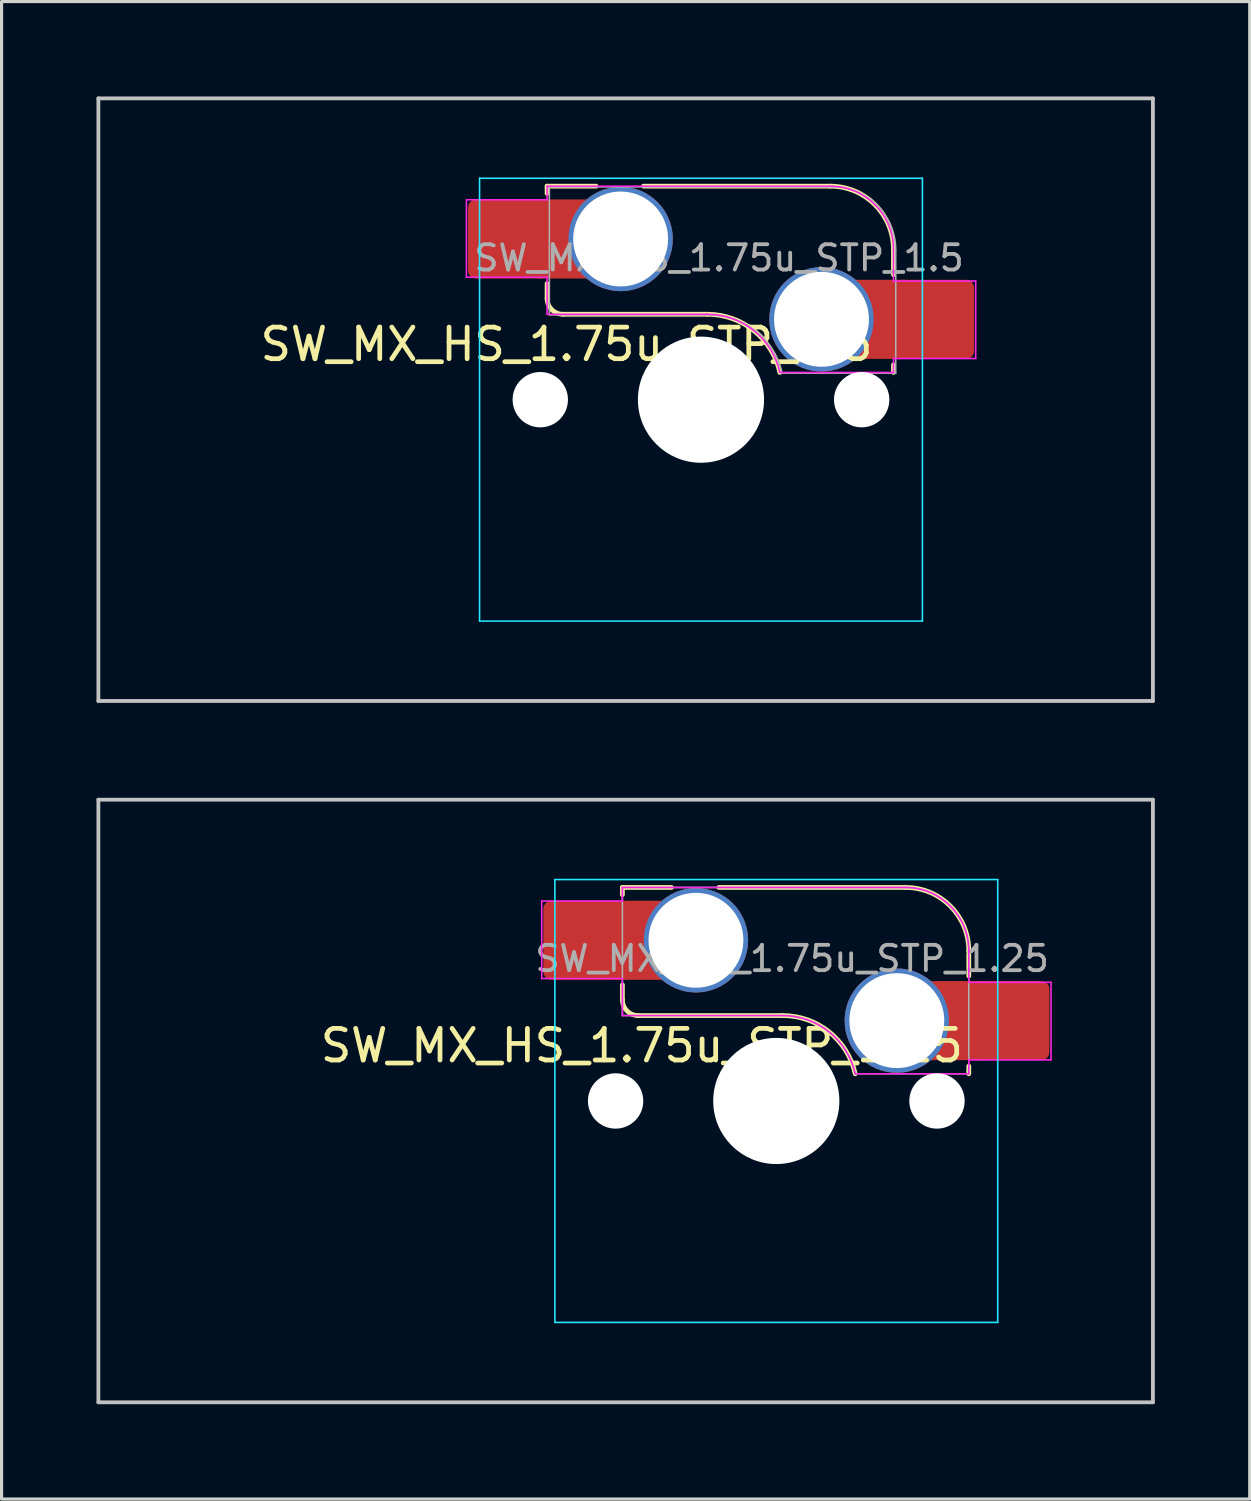
<source format=kicad_pcb>
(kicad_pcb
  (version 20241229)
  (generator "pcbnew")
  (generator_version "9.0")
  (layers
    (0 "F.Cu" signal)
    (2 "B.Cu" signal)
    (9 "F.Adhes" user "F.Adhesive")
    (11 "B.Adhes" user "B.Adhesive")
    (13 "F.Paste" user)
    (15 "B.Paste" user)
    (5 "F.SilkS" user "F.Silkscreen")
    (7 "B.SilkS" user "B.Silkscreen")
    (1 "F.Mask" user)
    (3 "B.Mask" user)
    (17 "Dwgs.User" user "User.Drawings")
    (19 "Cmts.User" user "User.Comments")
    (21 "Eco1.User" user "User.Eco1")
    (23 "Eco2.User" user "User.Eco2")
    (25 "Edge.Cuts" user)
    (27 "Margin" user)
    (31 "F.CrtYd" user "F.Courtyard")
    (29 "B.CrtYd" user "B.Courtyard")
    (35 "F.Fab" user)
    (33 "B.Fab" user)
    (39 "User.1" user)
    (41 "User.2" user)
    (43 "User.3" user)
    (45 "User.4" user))
  (footprint "SW_MX_HS_1.75u_STP_1.25"
    (layer "F.Cu")
    (at 21.491 31.755)
    (property "Reference" "SW_MX_HS_1.75u_STP_1.25" (at -4.25 -1.75 0) (layer "F.SilkS") (effects (font (size 1 1) (thickness 0.15))))
    (attr smd)
    (fp_line (start -4.865 -6.75) (end -4.865 -6.52) (stroke (width 0.15) (type solid)) (layer "F.SilkS"))
    (fp_line (start -4.865 -3.67) (end -4.865 -3.2) (stroke (width 0.15) (type solid)) (layer "F.SilkS"))
    (fp_line (start -4.365 -2.7) (end 0.2 -2.7) (stroke (width 0.15) (type solid)) (layer "F.SilkS"))
    (fp_line (start -3.315 -6.75) (end -4.865 -6.75) (stroke (width 0.15) (type solid)) (layer "F.SilkS"))
    (fp_line (start 4.085 -6.75) (end -1.815 -6.75) (stroke (width 0.15) (type solid)) (layer "F.SilkS"))
    (fp_line (start 6.085 -3.95) (end 6.085 -4.75) (stroke (width 0.15) (type solid)) (layer "F.SilkS"))
    (fp_line (start 6.085 -1.1) (end 6.085 -0.86) (stroke (width 0.15) (type solid)) (layer "F.SilkS"))
    (fp_arc (start -4.364824 -2.70022) (mid -4.718377 -2.846667) (end -4.864824 -3.20022) (stroke (width 0.15) (type solid)) (layer "F.SilkS"))
    (fp_arc (start 0.2 -2.70022) (mid 1.670693 -2.183637) (end 2.494322 -0.86022) (stroke (width 0.15) (type solid)) (layer "F.SilkS"))
    (fp_arc (start 4.085176 -6.75022) (mid 5.49939 -6.164434) (end 6.085176 -4.75022) (stroke (width 0.15) (type solid)) (layer "F.SilkS"))
    (fp_line (start -21.431 -9.525) (end 11.906 -9.525) (stroke (width 0.12) (type solid)) (layer "Dwgs.User"))
    (fp_line (start -21.431 9.525) (end -21.431 -9.525) (stroke (width 0.12) (type solid)) (layer "Dwgs.User"))
    (fp_line (start 11.906 -9.525) (end 11.906 9.525) (stroke (width 0.12) (type solid)) (layer "Dwgs.User"))
    (fp_line (start 11.906 9.525) (end -21.431 9.525) (stroke (width 0.12) (type solid)) (layer "Dwgs.User"))
    (fp_line (start -7 -6.5) (end -7 6.5) (stroke (width 0.05) (type solid)) (layer "Eco2.User"))
    (fp_line (start -6.5 7) (end 6.5 7) (stroke (width 0.05) (type solid)) (layer "Eco2.User"))
    (fp_line (start 6.5 -7) (end -6.5 -7) (stroke (width 0.05) (type solid)) (layer "Eco2.User"))
    (fp_line (start 7 6.5) (end 7 -6.5) (stroke (width 0.05) (type solid)) (layer "Eco2.User"))
    (fp_arc (start -7 -6.5) (mid -6.853553 -6.853553) (end -6.5 -7) (stroke (width 0.05) (type solid)) (layer "Eco2.User"))
    (fp_arc (start -6.497236 6.998884) (mid -6.850789 6.852437) (end -6.997236 6.498884) (stroke (width 0.05) (type solid)) (layer "Eco2.User"))
    (fp_arc (start 6.5 -7) (mid 6.853553 -6.853553) (end 7 -6.5) (stroke (width 0.05) (type solid)) (layer "Eco2.User"))
    (fp_arc (start 7 6.5) (mid 6.853553 6.853553) (end 6.5 7) (stroke (width 0.05) (type solid)) (layer "Eco2.User"))
    (fp_line (start -7 -7) (end 7 -7) (stroke (width 0.05) (type solid)) (layer "B.CrtYd"))
    (fp_line (start -7 7) (end -7 -7) (stroke (width 0.05) (type solid)) (layer "B.CrtYd"))
    (fp_line (start 7 -7) (end 7 7) (stroke (width 0.05) (type solid)) (layer "B.CrtYd"))
    (fp_line (start 7 7) (end -7 7) (stroke (width 0.05) (type solid)) (layer "B.CrtYd"))
    (fp_line (start -7.415 -6.32) (end -4.865 -6.32) (stroke (width 0.05) (type solid)) (layer "F.CrtYd"))
    (fp_line (start -7.415 -3.87) (end -7.415 -6.32) (stroke (width 0.05) (type solid)) (layer "F.CrtYd"))
    (fp_line (start -4.865 -6.75) (end -4.865 -6.32) (stroke (width 0.05) (type solid)) (layer "F.CrtYd"))
    (fp_line (start -4.865 -3.87) (end -7.415 -3.87) (stroke (width 0.05) (type solid)) (layer "F.CrtYd"))
    (fp_line (start -4.865 -3.87) (end -4.865 -2.7) (stroke (width 0.05) (type solid)) (layer "F.CrtYd"))
    (fp_line (start -4.865 -2.7) (end 0.2 -2.7) (stroke (width 0.05) (type solid)) (layer "F.CrtYd"))
    (fp_line (start 4.085 -6.75) (end -4.865 -6.75) (stroke (width 0.05) (type solid)) (layer "F.CrtYd"))
    (fp_line (start 6.085 -3.75) (end 6.085 -4.75) (stroke (width 0.05) (type solid)) (layer "F.CrtYd"))
    (fp_line (start 6.085 -3.75) (end 8.685 -3.75) (stroke (width 0.05) (type solid)) (layer "F.CrtYd"))
    (fp_line (start 6.085 -1.3) (end 6.085 -0.86) (stroke (width 0.05) (type solid)) (layer "F.CrtYd"))
    (fp_line (start 6.085 -0.86) (end 2.494 -0.86) (stroke (width 0.05) (type solid)) (layer "F.CrtYd"))
    (fp_line (start 8.685 -3.75) (end 8.685 -1.3) (stroke (width 0.05) (type solid)) (layer "F.CrtYd"))
    (fp_line (start 8.685 -1.3) (end 6.085 -1.3) (stroke (width 0.05) (type solid)) (layer "F.CrtYd"))
    (fp_arc (start 0.2 -2.70022) (mid 1.670503 -2.183399) (end 2.494322 -0.86022) (stroke (width 0.05) (type solid)) (layer "F.CrtYd"))
    (fp_arc (start 4.085176 -6.75022) (mid 5.49939 -6.164434) (end 6.085176 -4.75022) (stroke (width 0.05) (type solid)) (layer "F.CrtYd"))
    (fp_line (start -4.865 -6.75) (end -4.865 -2.7) (stroke (width 0.05) (type solid)) (layer "F.Fab"))
    (fp_line (start -4.865 -2.7) (end 0.2 -2.7) (stroke (width 0.05) (type solid)) (layer "F.Fab"))
    (fp_line (start 4.085 -6.75) (end -4.865 -6.75) (stroke (width 0.05) (type solid)) (layer "F.Fab"))
    (fp_line (start 6.085 -0.86) (end 2.494 -0.86) (stroke (width 0.05) (type solid)) (layer "F.Fab"))
    (fp_line (start 6.085 -0.86) (end 6.085 -4.75) (stroke (width 0.05) (type solid)) (layer "F.Fab"))
    (fp_arc (start 0.2 -2.70022) (mid 1.670503 -2.183399) (end 2.494322 -0.86022) (stroke (width 0.05) (type solid)) (layer "F.Fab"))
    (fp_arc (start 4.085176 -6.75022) (mid 5.49939 -6.164434) (end 6.085176 -4.75022) (stroke (width 0.05) (type solid)) (layer "F.Fab"))
    (fp_text user "${REFERENCE}" (at 0.5 -4.5 0) (layer "F.Fab") (effects (font (size 0.8 0.8) (thickness 0.12))))
    (pad "" np_thru_hole circle (at -5.08 0) (size 1.75 1.75) (drill 1.75) (layers "*.Cu" "*.Mask"))
    (pad "" np_thru_hole circle (at 0 0) (size 3.988 3.988) (drill 3.988) (layers "*.Cu" "*.Mask"))
    (pad "" np_thru_hole circle (at 5.08 0) (size 1.75 1.75) (drill 1.75) (layers "*.Cu" "*.Mask"))
    (pad "1" thru_hole circle (at 3.81 -2.54) (size 3.3 3.3) (drill 3) (layers "*.Cu" "*.Mask"))
    (pad "1" smd rect (at 5.635 -2.54 180) (size 1.65 2.5) (layers "F.Cu"))
    (pad "1" smd roundrect (at 7.36 -2.54) (size 2.55 2.5) (layers "F.Cu" "F.Mask" "F.Paste") (roundrect_rratio 0.1))
    (pad "2" smd roundrect (at -6.09 -5.08) (size 2.55 2.5) (layers "F.Cu" "F.Mask" "F.Paste") (roundrect_rratio 0.1))
    (pad "2" smd rect (at -4.34 -5.08) (size 1.65 2.5) (layers "F.Cu"))
    (pad "2" thru_hole circle (at -2.54 -5.08) (size 3.3 3.3) (drill 3) (layers "*.Cu" "*.Mask")))
  (footprint "SW_MX_HS_1.75u_STP_1.5"
    (layer "F.Cu")
    (at 19.11 9.585)
    (property "Reference" "SW_MX_HS_1.75u_STP_1.5" (at -4.25 -1.75 0) (layer "F.SilkS") (effects (font (size 1 1) (thickness 0.15))))
    (attr smd)
    (fp_line (start -4.865 -6.75) (end -4.865 -6.52) (stroke (width 0.15) (type solid)) (layer "F.SilkS"))
    (fp_line (start -4.865 -3.67) (end -4.865 -3.2) (stroke (width 0.15) (type solid)) (layer "F.SilkS"))
    (fp_line (start -4.365 -2.7) (end 0.2 -2.7) (stroke (width 0.15) (type solid)) (layer "F.SilkS"))
    (fp_line (start -3.315 -6.75) (end -4.865 -6.75) (stroke (width 0.15) (type solid)) (layer "F.SilkS"))
    (fp_line (start 4.085 -6.75) (end -1.815 -6.75) (stroke (width 0.15) (type solid)) (layer "F.SilkS"))
    (fp_line (start 6.085 -3.95) (end 6.085 -4.75) (stroke (width 0.15) (type solid)) (layer "F.SilkS"))
    (fp_line (start 6.085 -1.1) (end 6.085 -0.86) (stroke (width 0.15) (type solid)) (layer "F.SilkS"))
    (fp_arc (start -4.364824 -2.70022) (mid -4.718377 -2.846667) (end -4.864824 -3.20022) (stroke (width 0.15) (type solid)) (layer "F.SilkS"))
    (fp_arc (start 0.2 -2.70022) (mid 1.670693 -2.183637) (end 2.494322 -0.86022) (stroke (width 0.15) (type solid)) (layer "F.SilkS"))
    (fp_arc (start 4.085176 -6.75022) (mid 5.49939 -6.164434) (end 6.085176 -4.75022) (stroke (width 0.15) (type solid)) (layer "F.SilkS"))
    (fp_line (start -19.05 -9.525) (end 14.287 -9.525) (stroke (width 0.12) (type solid)) (layer "Dwgs.User"))
    (fp_line (start -19.05 9.525) (end -19.05 -9.525) (stroke (width 0.12) (type solid)) (layer "Dwgs.User"))
    (fp_line (start 14.287 -9.525) (end 14.287 9.525) (stroke (width 0.12) (type solid)) (layer "Dwgs.User"))
    (fp_line (start 14.287 9.525) (end -19.05 9.525) (stroke (width 0.12) (type solid)) (layer "Dwgs.User"))
    (fp_line (start -7 -6.5) (end -7 6.5) (stroke (width 0.05) (type solid)) (layer "Eco2.User"))
    (fp_line (start -6.5 7) (end 6.5 7) (stroke (width 0.05) (type solid)) (layer "Eco2.User"))
    (fp_line (start 6.5 -7) (end -6.5 -7) (stroke (width 0.05) (type solid)) (layer "Eco2.User"))
    (fp_line (start 7 6.5) (end 7 -6.5) (stroke (width 0.05) (type solid)) (layer "Eco2.User"))
    (fp_arc (start -7 -6.5) (mid -6.853553 -6.853553) (end -6.5 -7) (stroke (width 0.05) (type solid)) (layer "Eco2.User"))
    (fp_arc (start -6.497236 6.998884) (mid -6.850789 6.852437) (end -6.997236 6.498884) (stroke (width 0.05) (type solid)) (layer "Eco2.User"))
    (fp_arc (start 6.5 -7) (mid 6.853553 -6.853553) (end 7 -6.5) (stroke (width 0.05) (type solid)) (layer "Eco2.User"))
    (fp_arc (start 7 6.5) (mid 6.853553 6.853553) (end 6.5 7) (stroke (width 0.05) (type solid)) (layer "Eco2.User"))
    (fp_line (start -7 -7) (end 7 -7) (stroke (width 0.05) (type solid)) (layer "B.CrtYd"))
    (fp_line (start -7 7) (end -7 -7) (stroke (width 0.05) (type solid)) (layer "B.CrtYd"))
    (fp_line (start 7 -7) (end 7 7) (stroke (width 0.05) (type solid)) (layer "B.CrtYd"))
    (fp_line (start 7 7) (end -7 7) (stroke (width 0.05) (type solid)) (layer "B.CrtYd"))
    (fp_line (start -7.415 -6.32) (end -4.865 -6.32) (stroke (width 0.05) (type solid)) (layer "F.CrtYd"))
    (fp_line (start -7.415 -3.87) (end -7.415 -6.32) (stroke (width 0.05) (type solid)) (layer "F.CrtYd"))
    (fp_line (start -4.865 -6.75) (end -4.865 -6.32) (stroke (width 0.05) (type solid)) (layer "F.CrtYd"))
    (fp_line (start -4.865 -3.87) (end -7.415 -3.87) (stroke (width 0.05) (type solid)) (layer "F.CrtYd"))
    (fp_line (start -4.865 -3.87) (end -4.865 -2.7) (stroke (width 0.05) (type solid)) (layer "F.CrtYd"))
    (fp_line (start -4.865 -2.7) (end 0.2 -2.7) (stroke (width 0.05) (type solid)) (layer "F.CrtYd"))
    (fp_line (start 4.085 -6.75) (end -4.865 -6.75) (stroke (width 0.05) (type solid)) (layer "F.CrtYd"))
    (fp_line (start 6.085 -3.75) (end 6.085 -4.75) (stroke (width 0.05) (type solid)) (layer "F.CrtYd"))
    (fp_line (start 6.085 -3.75) (end 8.685 -3.75) (stroke (width 0.05) (type solid)) (layer "F.CrtYd"))
    (fp_line (start 6.085 -1.3) (end 6.085 -0.86) (stroke (width 0.05) (type solid)) (layer "F.CrtYd"))
    (fp_line (start 6.085 -0.86) (end 2.494 -0.86) (stroke (width 0.05) (type solid)) (layer "F.CrtYd"))
    (fp_line (start 8.685 -3.75) (end 8.685 -1.3) (stroke (width 0.05) (type solid)) (layer "F.CrtYd"))
    (fp_line (start 8.685 -1.3) (end 6.085 -1.3) (stroke (width 0.05) (type solid)) (layer "F.CrtYd"))
    (fp_arc (start 0.2 -2.70022) (mid 1.670503 -2.183399) (end 2.494322 -0.86022) (stroke (width 0.05) (type solid)) (layer "F.CrtYd"))
    (fp_arc (start 4.085176 -6.75022) (mid 5.49939 -6.164434) (end 6.085176 -4.75022) (stroke (width 0.05) (type solid)) (layer "F.CrtYd"))
    (fp_line (start -4.793 -6.728) (end -4.793 -2.678) (stroke (width 0.05) (type solid)) (layer "F.Fab"))
    (fp_line (start -4.793 -2.678) (end 0.272 -2.678) (stroke (width 0.05) (type solid)) (layer "F.Fab"))
    (fp_line (start 4.157 -6.728) (end -4.793 -6.728) (stroke (width 0.05) (type solid)) (layer "F.Fab"))
    (fp_line (start 6.157 -0.838) (end 2.566 -0.838) (stroke (width 0.05) (type solid)) (layer "F.Fab"))
    (fp_line (start 6.157 -0.838) (end 6.157 -4.728) (stroke (width 0.05) (type solid)) (layer "F.Fab"))
    (fp_arc (start 0.271609 -2.67832) (mid 1.742111 -2.161499) (end 2.565931 -0.83832) (stroke (width 0.05) (type solid)) (layer "F.Fab"))
    (fp_arc (start 4.156785 -6.72832) (mid 5.571001 -6.142535) (end 6.156785 -4.72832) (stroke (width 0.05) (type solid)) (layer "F.Fab"))
    (fp_text user "${REFERENCE}" (at 0.572 -4.478 0) (layer "F.Fab") (effects (font (size 0.8 0.8) (thickness 0.12))))
    (pad "" np_thru_hole circle (at -5.08 0) (size 1.75 1.75) (drill 1.75) (layers "*.Cu" "*.Mask"))
    (pad "" np_thru_hole circle (at 0 0) (size 3.988 3.988) (drill 3.988) (layers "*.Cu" "*.Mask"))
    (pad "" np_thru_hole circle (at 5.08 0) (size 1.75 1.75) (drill 1.75) (layers "*.Cu" "*.Mask"))
    (pad "1" thru_hole circle (at 3.81 -2.54) (size 3.3 3.3) (drill 3) (layers "*.Cu" "*.Mask"))
    (pad "1" smd rect (at 5.635 -2.54 180) (size 1.65 2.5) (layers "F.Cu"))
    (pad "1" smd roundrect (at 7.36 -2.54) (size 2.55 2.5) (layers "F.Cu" "F.Mask" "F.Paste") (roundrect_rratio 0.1))
    (pad "2" smd roundrect (at -6.09 -5.08) (size 2.55 2.5) (layers "F.Cu" "F.Mask" "F.Paste") (roundrect_rratio 0.1))
    (pad "2" smd rect (at -4.34 -5.08) (size 1.65 2.5) (layers "F.Cu"))
    (pad "2" thru_hole circle (at -2.54 -5.08) (size 3.3 3.3) (drill 3) (layers "*.Cu" "*.Mask")))
  (gr_rect
    (start -3 -3)
    (end 36.458 44.34)
    (stroke (width 0.1) (type default))
    (fill no)
    (layer "Edge.Cuts")))
</source>
